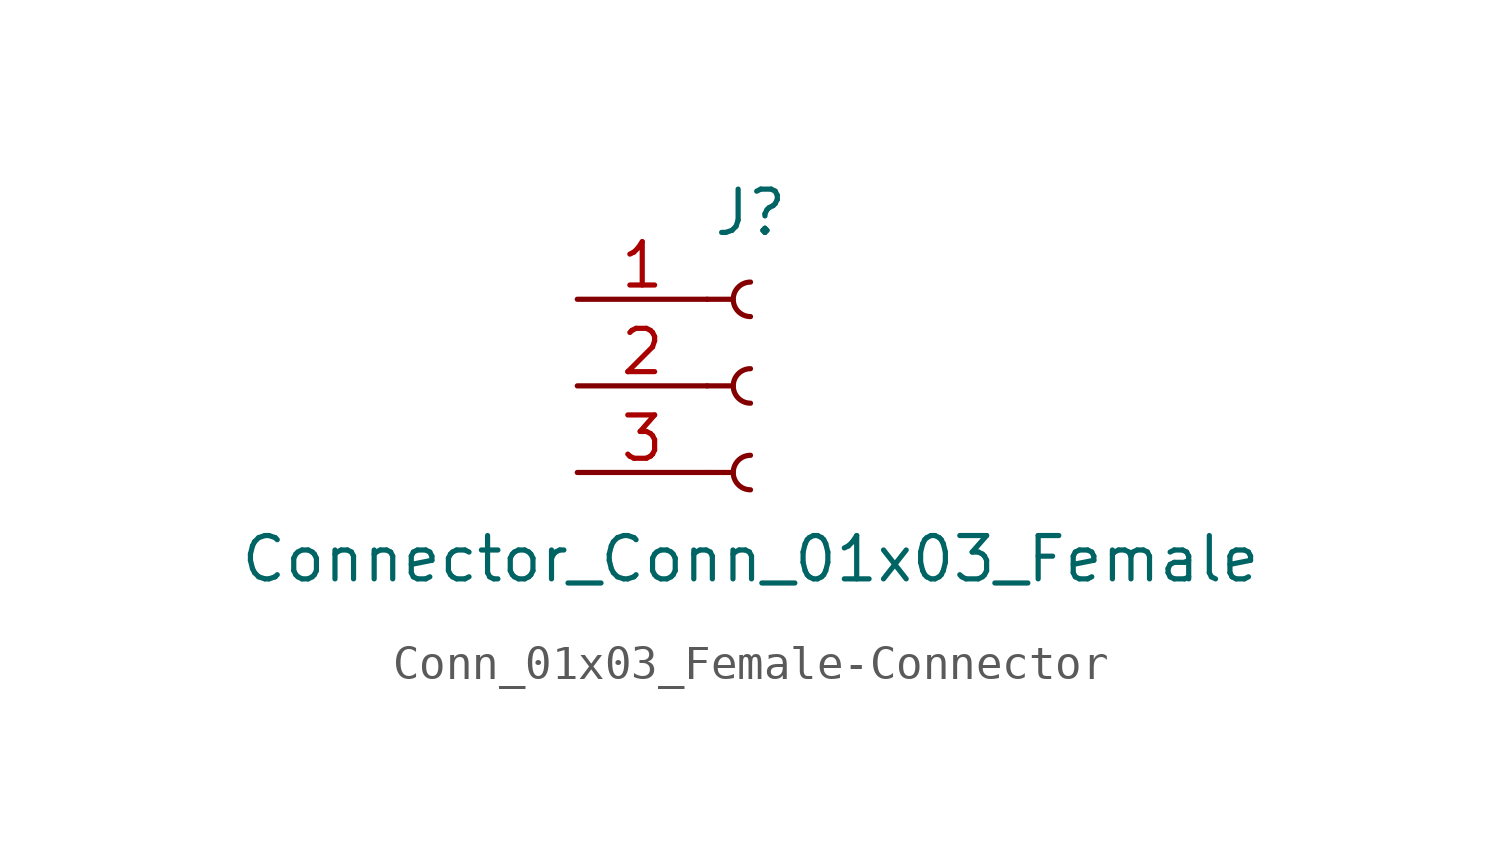
<source format=kicad_sym>
(kicad_symbol_lib
  (version 20231120)
  (generator "kicad_symbol_editor")
  (generator_version "8.0")
  (symbol "Conn_01x03_Female-Connector"
    (pin_names
      (offset 1.016) hide)
    (property "Reference" "J"
      (at 0 5.08 0)
      (effects (font (size 1.27 1.27))))
    (property "Value" "Connector_Conn_01x03_Female"
      (at 0 -5.08 0)
      (effects (font (size 1.27 1.27))))
    (symbol "Conn_01x03_Female-Connector_1_1"
      (arc (start 0 -2.032) (mid -0.508 -2.54) (end 0 -3.048) (stroke (width 0.1524) (type solid)) (fill (type none)))
      (polyline (pts (xy -1.27 -2.54) (xy -0.508 -2.54)) (stroke (width 0.152) (type solid)) (fill (type none)))
      (polyline (pts (xy -1.27 0) (xy -0.508 0)) (stroke (width 0.152) (type solid)) (fill (type none)))
      (polyline (pts (xy -1.27 2.54) (xy -0.508 2.54)) (stroke (width 0.152) (type solid)) (fill (type none)))
      (arc (start 0 0.508) (mid -0.508 0) (end 0 -0.508) (stroke (width 0.1524) (type solid)) (fill (type none)))
      (arc (start 0 3.048) (mid -0.508 2.54) (end 0 2.032) (stroke (width 0.1524) (type solid)) (fill (type none)))
      (pin passive line (at -5.08 2.54 0) (length 3.81) (name "Pin_1" (effects (font (size 1.27 1.27)))) (number "1" (effects (font (size 1.27 1.27)))))
      (pin passive line (at -5.08 0 0) (length 3.81) (name "Pin_2" (effects (font (size 1.27 1.27)))) (number "2" (effects (font (size 1.27 1.27)))))
      (pin passive line (at -5.08 -2.54 0) (length 3.81) (name "Pin_3" (effects (font (size 1.27 1.27)))) (number "3" (effects (font (size 1.27 1.27))))))))
</source>
